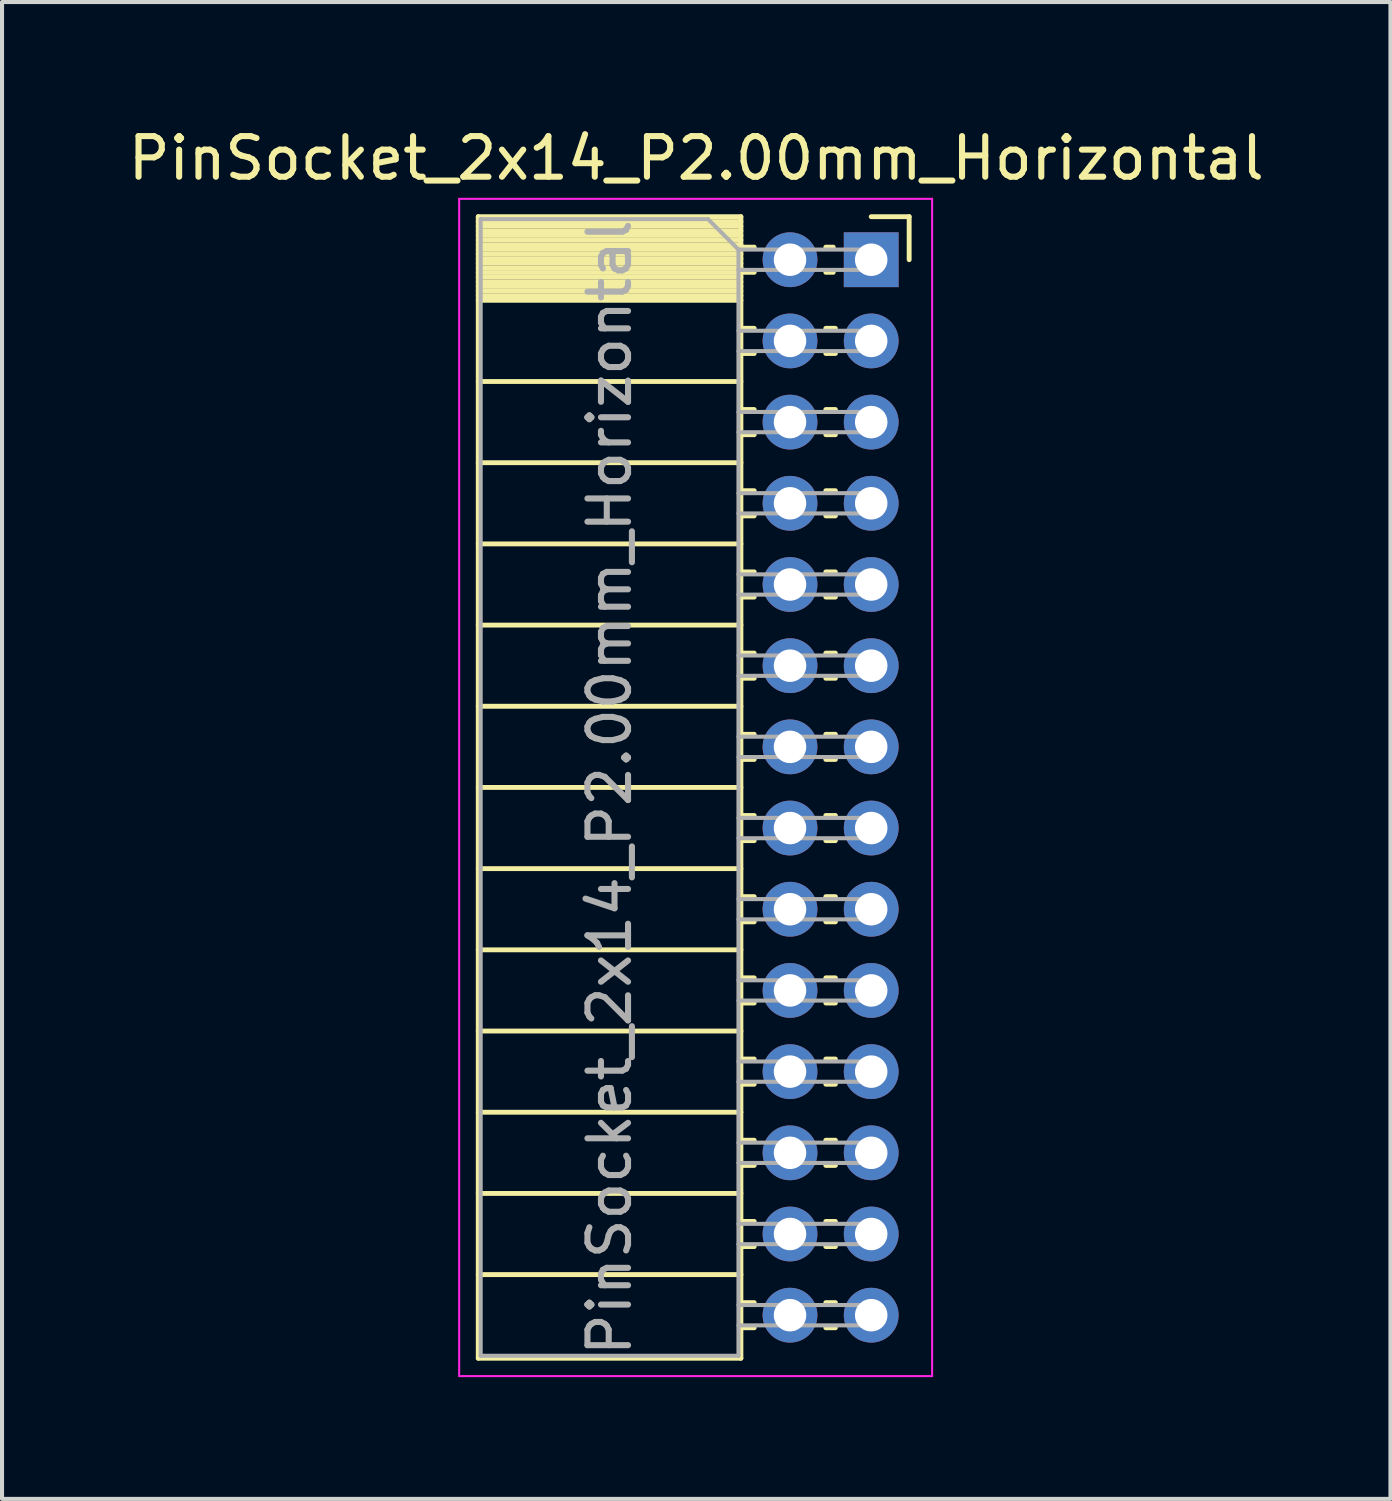
<source format=kicad_pcb>
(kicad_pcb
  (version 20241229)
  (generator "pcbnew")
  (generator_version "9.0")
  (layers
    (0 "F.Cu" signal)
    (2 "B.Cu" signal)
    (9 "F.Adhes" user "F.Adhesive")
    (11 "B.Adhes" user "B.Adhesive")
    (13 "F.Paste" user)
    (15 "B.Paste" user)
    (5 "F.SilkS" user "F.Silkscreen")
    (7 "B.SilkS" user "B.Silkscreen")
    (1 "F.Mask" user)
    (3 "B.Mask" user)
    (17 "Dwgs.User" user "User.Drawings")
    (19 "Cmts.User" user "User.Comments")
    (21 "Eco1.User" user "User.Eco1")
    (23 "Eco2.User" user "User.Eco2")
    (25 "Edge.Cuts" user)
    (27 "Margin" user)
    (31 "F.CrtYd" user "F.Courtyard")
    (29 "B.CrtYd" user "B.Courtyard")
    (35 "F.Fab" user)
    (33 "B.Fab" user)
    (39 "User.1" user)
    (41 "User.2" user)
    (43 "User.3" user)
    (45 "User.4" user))
  (footprint "PinSocket_2x14_P2.00mm_Horizontal"
    (layer "F.Cu")
    (at 18.411 3.348)
    (property "Reference" "PinSocket_2x14_P2.00mm_Horizontal" (at -4.31 -2.5 0) (layer "F.SilkS") (effects (font (size 1 1) (thickness 0.15))))
    (attr through_hole)
    (fp_line (start -9.68 -1.06) (end -9.68 27.06) (stroke (width 0.12) (type solid)) (layer "F.SilkS"))
    (fp_line (start -9.68 -1.06) (end -3.21 -1.06) (stroke (width 0.12) (type solid)) (layer "F.SilkS"))
    (fp_line (start -9.68 -0.94) (end -3.21 -0.94) (stroke (width 0.12) (type solid)) (layer "F.SilkS"))
    (fp_line (start -9.68 -0.826) (end -3.21 -0.826) (stroke (width 0.12) (type solid)) (layer "F.SilkS"))
    (fp_line (start -9.68 -0.712) (end -3.21 -0.712) (stroke (width 0.12) (type solid)) (layer "F.SilkS"))
    (fp_line (start -9.68 -0.598) (end -3.21 -0.598) (stroke (width 0.12) (type solid)) (layer "F.SilkS"))
    (fp_line (start -9.68 -0.484) (end -3.21 -0.484) (stroke (width 0.12) (type solid)) (layer "F.SilkS"))
    (fp_line (start -9.68 -0.369) (end -3.21 -0.369) (stroke (width 0.12) (type solid)) (layer "F.SilkS"))
    (fp_line (start -9.68 -0.255) (end -3.21 -0.255) (stroke (width 0.12) (type solid)) (layer "F.SilkS"))
    (fp_line (start -9.68 -0.141) (end -3.21 -0.141) (stroke (width 0.12) (type solid)) (layer "F.SilkS"))
    (fp_line (start -9.68 -0.027) (end -3.21 -0.027) (stroke (width 0.12) (type solid)) (layer "F.SilkS"))
    (fp_line (start -9.68 0.087) (end -3.21 0.087) (stroke (width 0.12) (type solid)) (layer "F.SilkS"))
    (fp_line (start -9.68 0.201) (end -3.21 0.201) (stroke (width 0.12) (type solid)) (layer "F.SilkS"))
    (fp_line (start -9.68 0.315) (end -3.21 0.315) (stroke (width 0.12) (type solid)) (layer "F.SilkS"))
    (fp_line (start -9.68 0.429) (end -3.21 0.429) (stroke (width 0.12) (type solid)) (layer "F.SilkS"))
    (fp_line (start -9.68 0.544) (end -3.21 0.544) (stroke (width 0.12) (type solid)) (layer "F.SilkS"))
    (fp_line (start -9.68 0.658) (end -3.21 0.658) (stroke (width 0.12) (type solid)) (layer "F.SilkS"))
    (fp_line (start -9.68 0.772) (end -3.21 0.772) (stroke (width 0.12) (type solid)) (layer "F.SilkS"))
    (fp_line (start -9.68 0.886) (end -3.21 0.886) (stroke (width 0.12) (type solid)) (layer "F.SilkS"))
    (fp_line (start -9.68 1) (end -3.21 1) (stroke (width 0.12) (type solid)) (layer "F.SilkS"))
    (fp_line (start -9.68 3) (end -3.21 3) (stroke (width 0.12) (type solid)) (layer "F.SilkS"))
    (fp_line (start -9.68 5) (end -3.21 5) (stroke (width 0.12) (type solid)) (layer "F.SilkS"))
    (fp_line (start -9.68 7) (end -3.21 7) (stroke (width 0.12) (type solid)) (layer "F.SilkS"))
    (fp_line (start -9.68 9) (end -3.21 9) (stroke (width 0.12) (type solid)) (layer "F.SilkS"))
    (fp_line (start -9.68 11) (end -3.21 11) (stroke (width 0.12) (type solid)) (layer "F.SilkS"))
    (fp_line (start -9.68 13) (end -3.21 13) (stroke (width 0.12) (type solid)) (layer "F.SilkS"))
    (fp_line (start -9.68 15) (end -3.21 15) (stroke (width 0.12) (type solid)) (layer "F.SilkS"))
    (fp_line (start -9.68 17) (end -3.21 17) (stroke (width 0.12) (type solid)) (layer "F.SilkS"))
    (fp_line (start -9.68 19) (end -3.21 19) (stroke (width 0.12) (type solid)) (layer "F.SilkS"))
    (fp_line (start -9.68 21) (end -3.21 21) (stroke (width 0.12) (type solid)) (layer "F.SilkS"))
    (fp_line (start -9.68 23) (end -3.21 23) (stroke (width 0.12) (type solid)) (layer "F.SilkS"))
    (fp_line (start -9.68 25) (end -3.21 25) (stroke (width 0.12) (type solid)) (layer "F.SilkS"))
    (fp_line (start -9.68 27.06) (end -3.21 27.06) (stroke (width 0.12) (type solid)) (layer "F.SilkS"))
    (fp_line (start -3.21 -1.06) (end -3.21 27.06) (stroke (width 0.12) (type solid)) (layer "F.SilkS"))
    (fp_line (start -3.21 -0.31) (end -2.882 -0.31) (stroke (width 0.12) (type solid)) (layer "F.SilkS"))
    (fp_line (start -3.21 0.31) (end -2.882 0.31) (stroke (width 0.12) (type solid)) (layer "F.SilkS"))
    (fp_line (start -3.21 1.69) (end -2.882 1.69) (stroke (width 0.12) (type solid)) (layer "F.SilkS"))
    (fp_line (start -3.21 2.31) (end -2.882 2.31) (stroke (width 0.12) (type solid)) (layer "F.SilkS"))
    (fp_line (start -3.21 3.69) (end -2.882 3.69) (stroke (width 0.12) (type solid)) (layer "F.SilkS"))
    (fp_line (start -3.21 4.31) (end -2.882 4.31) (stroke (width 0.12) (type solid)) (layer "F.SilkS"))
    (fp_line (start -3.21 5.69) (end -2.882 5.69) (stroke (width 0.12) (type solid)) (layer "F.SilkS"))
    (fp_line (start -3.21 6.31) (end -2.882 6.31) (stroke (width 0.12) (type solid)) (layer "F.SilkS"))
    (fp_line (start -3.21 7.69) (end -2.882 7.69) (stroke (width 0.12) (type solid)) (layer "F.SilkS"))
    (fp_line (start -3.21 8.31) (end -2.882 8.31) (stroke (width 0.12) (type solid)) (layer "F.SilkS"))
    (fp_line (start -3.21 9.69) (end -2.882 9.69) (stroke (width 0.12) (type solid)) (layer "F.SilkS"))
    (fp_line (start -3.21 10.31) (end -2.882 10.31) (stroke (width 0.12) (type solid)) (layer "F.SilkS"))
    (fp_line (start -3.21 11.69) (end -2.882 11.69) (stroke (width 0.12) (type solid)) (layer "F.SilkS"))
    (fp_line (start -3.21 12.31) (end -2.882 12.31) (stroke (width 0.12) (type solid)) (layer "F.SilkS"))
    (fp_line (start -3.21 13.69) (end -2.882 13.69) (stroke (width 0.12) (type solid)) (layer "F.SilkS"))
    (fp_line (start -3.21 14.31) (end -2.882 14.31) (stroke (width 0.12) (type solid)) (layer "F.SilkS"))
    (fp_line (start -3.21 15.69) (end -2.882 15.69) (stroke (width 0.12) (type solid)) (layer "F.SilkS"))
    (fp_line (start -3.21 16.31) (end -2.882 16.31) (stroke (width 0.12) (type solid)) (layer "F.SilkS"))
    (fp_line (start -3.21 17.69) (end -2.882 17.69) (stroke (width 0.12) (type solid)) (layer "F.SilkS"))
    (fp_line (start -3.21 18.31) (end -2.882 18.31) (stroke (width 0.12) (type solid)) (layer "F.SilkS"))
    (fp_line (start -3.21 19.69) (end -2.882 19.69) (stroke (width 0.12) (type solid)) (layer "F.SilkS"))
    (fp_line (start -3.21 20.31) (end -2.882 20.31) (stroke (width 0.12) (type solid)) (layer "F.SilkS"))
    (fp_line (start -3.21 21.69) (end -2.882 21.69) (stroke (width 0.12) (type solid)) (layer "F.SilkS"))
    (fp_line (start -3.21 22.31) (end -2.882 22.31) (stroke (width 0.12) (type solid)) (layer "F.SilkS"))
    (fp_line (start -3.21 23.69) (end -2.882 23.69) (stroke (width 0.12) (type solid)) (layer "F.SilkS"))
    (fp_line (start -3.21 24.31) (end -2.882 24.31) (stroke (width 0.12) (type solid)) (layer "F.SilkS"))
    (fp_line (start -3.21 25.69) (end -2.882 25.69) (stroke (width 0.12) (type solid)) (layer "F.SilkS"))
    (fp_line (start -3.21 26.31) (end -2.882 26.31) (stroke (width 0.12) (type solid)) (layer "F.SilkS"))
    (fp_line (start -1.118 -0.31) (end -0.935 -0.31) (stroke (width 0.12) (type solid)) (layer "F.SilkS"))
    (fp_line (start -1.118 0.31) (end -0.935 0.31) (stroke (width 0.12) (type solid)) (layer "F.SilkS"))
    (fp_line (start -1.118 1.69) (end -0.882 1.69) (stroke (width 0.12) (type solid)) (layer "F.SilkS"))
    (fp_line (start -1.118 2.31) (end -0.882 2.31) (stroke (width 0.12) (type solid)) (layer "F.SilkS"))
    (fp_line (start -1.118 3.69) (end -0.882 3.69) (stroke (width 0.12) (type solid)) (layer "F.SilkS"))
    (fp_line (start -1.118 4.31) (end -0.882 4.31) (stroke (width 0.12) (type solid)) (layer "F.SilkS"))
    (fp_line (start -1.118 5.69) (end -0.882 5.69) (stroke (width 0.12) (type solid)) (layer "F.SilkS"))
    (fp_line (start -1.118 6.31) (end -0.882 6.31) (stroke (width 0.12) (type solid)) (layer "F.SilkS"))
    (fp_line (start -1.118 7.69) (end -0.882 7.69) (stroke (width 0.12) (type solid)) (layer "F.SilkS"))
    (fp_line (start -1.118 8.31) (end -0.882 8.31) (stroke (width 0.12) (type solid)) (layer "F.SilkS"))
    (fp_line (start -1.118 9.69) (end -0.882 9.69) (stroke (width 0.12) (type solid)) (layer "F.SilkS"))
    (fp_line (start -1.118 10.31) (end -0.882 10.31) (stroke (width 0.12) (type solid)) (layer "F.SilkS"))
    (fp_line (start -1.118 11.69) (end -0.882 11.69) (stroke (width 0.12) (type solid)) (layer "F.SilkS"))
    (fp_line (start -1.118 12.31) (end -0.882 12.31) (stroke (width 0.12) (type solid)) (layer "F.SilkS"))
    (fp_line (start -1.118 13.69) (end -0.882 13.69) (stroke (width 0.12) (type solid)) (layer "F.SilkS"))
    (fp_line (start -1.118 14.31) (end -0.882 14.31) (stroke (width 0.12) (type solid)) (layer "F.SilkS"))
    (fp_line (start -1.118 15.69) (end -0.882 15.69) (stroke (width 0.12) (type solid)) (layer "F.SilkS"))
    (fp_line (start -1.118 16.31) (end -0.882 16.31) (stroke (width 0.12) (type solid)) (layer "F.SilkS"))
    (fp_line (start -1.118 17.69) (end -0.882 17.69) (stroke (width 0.12) (type solid)) (layer "F.SilkS"))
    (fp_line (start -1.118 18.31) (end -0.882 18.31) (stroke (width 0.12) (type solid)) (layer "F.SilkS"))
    (fp_line (start -1.118 19.69) (end -0.882 19.69) (stroke (width 0.12) (type solid)) (layer "F.SilkS"))
    (fp_line (start -1.118 20.31) (end -0.882 20.31) (stroke (width 0.12) (type solid)) (layer "F.SilkS"))
    (fp_line (start -1.118 21.69) (end -0.882 21.69) (stroke (width 0.12) (type solid)) (layer "F.SilkS"))
    (fp_line (start -1.118 22.31) (end -0.882 22.31) (stroke (width 0.12) (type solid)) (layer "F.SilkS"))
    (fp_line (start -1.118 23.69) (end -0.882 23.69) (stroke (width 0.12) (type solid)) (layer "F.SilkS"))
    (fp_line (start -1.118 24.31) (end -0.882 24.31) (stroke (width 0.12) (type solid)) (layer "F.SilkS"))
    (fp_line (start -1.118 25.69) (end -0.882 25.69) (stroke (width 0.12) (type solid)) (layer "F.SilkS"))
    (fp_line (start -1.118 26.31) (end -0.882 26.31) (stroke (width 0.12) (type solid)) (layer "F.SilkS"))
    (fp_line (start 0 -1.06) (end 0.935 -1.06) (stroke (width 0.12) (type solid)) (layer "F.SilkS"))
    (fp_line (start 0.935 -1.06) (end 0.935 0) (stroke (width 0.12) (type solid)) (layer "F.SilkS"))
    (fp_line (start -10.15 -1.5) (end -10.15 27.5) (stroke (width 0.05) (type solid)) (layer "F.CrtYd"))
    (fp_line (start -10.15 27.5) (end 1.5 27.5) (stroke (width 0.05) (type solid)) (layer "F.CrtYd"))
    (fp_line (start 1.5 -1.5) (end -10.15 -1.5) (stroke (width 0.05) (type solid)) (layer "F.CrtYd"))
    (fp_line (start 1.5 27.5) (end 1.5 -1.5) (stroke (width 0.05) (type solid)) (layer "F.CrtYd"))
    (fp_line (start -9.62 -1) (end -4.02 -1) (stroke (width 0.1) (type solid)) (layer "F.Fab"))
    (fp_line (start -9.62 27) (end -9.62 -1) (stroke (width 0.1) (type solid)) (layer "F.Fab"))
    (fp_line (start -4.02 -1) (end -3.27 -0.25) (stroke (width 0.1) (type solid)) (layer "F.Fab"))
    (fp_line (start -3.27 -0.25) (end -3.27 27) (stroke (width 0.1) (type solid)) (layer "F.Fab"))
    (fp_line (start -3.27 0.25) (end 0 0.25) (stroke (width 0.1) (type solid)) (layer "F.Fab"))
    (fp_line (start -3.27 2.25) (end 0 2.25) (stroke (width 0.1) (type solid)) (layer "F.Fab"))
    (fp_line (start -3.27 4.25) (end 0 4.25) (stroke (width 0.1) (type solid)) (layer "F.Fab"))
    (fp_line (start -3.27 6.25) (end 0 6.25) (stroke (width 0.1) (type solid)) (layer "F.Fab"))
    (fp_line (start -3.27 8.25) (end 0 8.25) (stroke (width 0.1) (type solid)) (layer "F.Fab"))
    (fp_line (start -3.27 10.25) (end 0 10.25) (stroke (width 0.1) (type solid)) (layer "F.Fab"))
    (fp_line (start -3.27 12.25) (end 0 12.25) (stroke (width 0.1) (type solid)) (layer "F.Fab"))
    (fp_line (start -3.27 14.25) (end 0 14.25) (stroke (width 0.1) (type solid)) (layer "F.Fab"))
    (fp_line (start -3.27 16.25) (end 0 16.25) (stroke (width 0.1) (type solid)) (layer "F.Fab"))
    (fp_line (start -3.27 18.25) (end 0 18.25) (stroke (width 0.1) (type solid)) (layer "F.Fab"))
    (fp_line (start -3.27 20.25) (end 0 20.25) (stroke (width 0.1) (type solid)) (layer "F.Fab"))
    (fp_line (start -3.27 22.25) (end 0 22.25) (stroke (width 0.1) (type solid)) (layer "F.Fab"))
    (fp_line (start -3.27 24.25) (end 0 24.25) (stroke (width 0.1) (type solid)) (layer "F.Fab"))
    (fp_line (start -3.27 26.25) (end 0 26.25) (stroke (width 0.1) (type solid)) (layer "F.Fab"))
    (fp_line (start -3.27 27) (end -9.62 27) (stroke (width 0.1) (type solid)) (layer "F.Fab"))
    (fp_line (start 0 -0.25) (end -3.27 -0.25) (stroke (width 0.1) (type solid)) (layer "F.Fab"))
    (fp_line (start 0 0.25) (end 0 -0.25) (stroke (width 0.1) (type solid)) (layer "F.Fab"))
    (fp_line (start 0 1.75) (end -3.27 1.75) (stroke (width 0.1) (type solid)) (layer "F.Fab"))
    (fp_line (start 0 2.25) (end 0 1.75) (stroke (width 0.1) (type solid)) (layer "F.Fab"))
    (fp_line (start 0 3.75) (end -3.27 3.75) (stroke (width 0.1) (type solid)) (layer "F.Fab"))
    (fp_line (start 0 4.25) (end 0 3.75) (stroke (width 0.1) (type solid)) (layer "F.Fab"))
    (fp_line (start 0 5.75) (end -3.27 5.75) (stroke (width 0.1) (type solid)) (layer "F.Fab"))
    (fp_line (start 0 6.25) (end 0 5.75) (stroke (width 0.1) (type solid)) (layer "F.Fab"))
    (fp_line (start 0 7.75) (end -3.27 7.75) (stroke (width 0.1) (type solid)) (layer "F.Fab"))
    (fp_line (start 0 8.25) (end 0 7.75) (stroke (width 0.1) (type solid)) (layer "F.Fab"))
    (fp_line (start 0 9.75) (end -3.27 9.75) (stroke (width 0.1) (type solid)) (layer "F.Fab"))
    (fp_line (start 0 10.25) (end 0 9.75) (stroke (width 0.1) (type solid)) (layer "F.Fab"))
    (fp_line (start 0 11.75) (end -3.27 11.75) (stroke (width 0.1) (type solid)) (layer "F.Fab"))
    (fp_line (start 0 12.25) (end 0 11.75) (stroke (width 0.1) (type solid)) (layer "F.Fab"))
    (fp_line (start 0 13.75) (end -3.27 13.75) (stroke (width 0.1) (type solid)) (layer "F.Fab"))
    (fp_line (start 0 14.25) (end 0 13.75) (stroke (width 0.1) (type solid)) (layer "F.Fab"))
    (fp_line (start 0 15.75) (end -3.27 15.75) (stroke (width 0.1) (type solid)) (layer "F.Fab"))
    (fp_line (start 0 16.25) (end 0 15.75) (stroke (width 0.1) (type solid)) (layer "F.Fab"))
    (fp_line (start 0 17.75) (end -3.27 17.75) (stroke (width 0.1) (type solid)) (layer "F.Fab"))
    (fp_line (start 0 18.25) (end 0 17.75) (stroke (width 0.1) (type solid)) (layer "F.Fab"))
    (fp_line (start 0 19.75) (end -3.27 19.75) (stroke (width 0.1) (type solid)) (layer "F.Fab"))
    (fp_line (start 0 20.25) (end 0 19.75) (stroke (width 0.1) (type solid)) (layer "F.Fab"))
    (fp_line (start 0 21.75) (end -3.27 21.75) (stroke (width 0.1) (type solid)) (layer "F.Fab"))
    (fp_line (start 0 22.25) (end 0 21.75) (stroke (width 0.1) (type solid)) (layer "F.Fab"))
    (fp_line (start 0 23.75) (end -3.27 23.75) (stroke (width 0.1) (type solid)) (layer "F.Fab"))
    (fp_line (start 0 24.25) (end 0 23.75) (stroke (width 0.1) (type solid)) (layer "F.Fab"))
    (fp_line (start 0 25.75) (end -3.27 25.75) (stroke (width 0.1) (type solid)) (layer "F.Fab"))
    (fp_line (start 0 26.25) (end 0 25.75) (stroke (width 0.1) (type solid)) (layer "F.Fab"))
    (fp_text user "${REFERENCE}" (at -6.445 13 90) (layer "F.Fab") (effects (font (size 1 1) (thickness 0.15))))
    (pad "1" thru_hole rect (at 0 0) (size 1.35 1.35) (drill 0.8) (layers "*.Cu" "*.Mask"))
    (pad "2" thru_hole oval (at -2 0) (size 1.35 1.35) (drill 0.8) (layers "*.Cu" "*.Mask"))
    (pad "3" thru_hole oval (at 0 2) (size 1.35 1.35) (drill 0.8) (layers "*.Cu" "*.Mask"))
    (pad "4" thru_hole oval (at -2 2) (size 1.35 1.35) (drill 0.8) (layers "*.Cu" "*.Mask"))
    (pad "5" thru_hole oval (at 0 4) (size 1.35 1.35) (drill 0.8) (layers "*.Cu" "*.Mask"))
    (pad "6" thru_hole oval (at -2 4) (size 1.35 1.35) (drill 0.8) (layers "*.Cu" "*.Mask"))
    (pad "7" thru_hole oval (at 0 6) (size 1.35 1.35) (drill 0.8) (layers "*.Cu" "*.Mask"))
    (pad "8" thru_hole oval (at -2 6) (size 1.35 1.35) (drill 0.8) (layers "*.Cu" "*.Mask"))
    (pad "9" thru_hole oval (at 0 8) (size 1.35 1.35) (drill 0.8) (layers "*.Cu" "*.Mask"))
    (pad "10" thru_hole oval (at -2 8) (size 1.35 1.35) (drill 0.8) (layers "*.Cu" "*.Mask"))
    (pad "11" thru_hole oval (at 0 10) (size 1.35 1.35) (drill 0.8) (layers "*.Cu" "*.Mask"))
    (pad "12" thru_hole oval (at -2 10) (size 1.35 1.35) (drill 0.8) (layers "*.Cu" "*.Mask"))
    (pad "13" thru_hole oval (at 0 12) (size 1.35 1.35) (drill 0.8) (layers "*.Cu" "*.Mask"))
    (pad "14" thru_hole oval (at -2 12) (size 1.35 1.35) (drill 0.8) (layers "*.Cu" "*.Mask"))
    (pad "15" thru_hole oval (at 0 14) (size 1.35 1.35) (drill 0.8) (layers "*.Cu" "*.Mask"))
    (pad "16" thru_hole oval (at -2 14) (size 1.35 1.35) (drill 0.8) (layers "*.Cu" "*.Mask"))
    (pad "17" thru_hole oval (at 0 16) (size 1.35 1.35) (drill 0.8) (layers "*.Cu" "*.Mask"))
    (pad "18" thru_hole oval (at -2 16) (size 1.35 1.35) (drill 0.8) (layers "*.Cu" "*.Mask"))
    (pad "19" thru_hole oval (at 0 18) (size 1.35 1.35) (drill 0.8) (layers "*.Cu" "*.Mask"))
    (pad "20" thru_hole oval (at -2 18) (size 1.35 1.35) (drill 0.8) (layers "*.Cu" "*.Mask"))
    (pad "21" thru_hole oval (at 0 20) (size 1.35 1.35) (drill 0.8) (layers "*.Cu" "*.Mask"))
    (pad "22" thru_hole oval (at -2 20) (size 1.35 1.35) (drill 0.8) (layers "*.Cu" "*.Mask"))
    (pad "23" thru_hole oval (at 0 22) (size 1.35 1.35) (drill 0.8) (layers "*.Cu" "*.Mask"))
    (pad "24" thru_hole oval (at -2 22) (size 1.35 1.35) (drill 0.8) (layers "*.Cu" "*.Mask"))
    (pad "25" thru_hole oval (at 0 24) (size 1.35 1.35) (drill 0.8) (layers "*.Cu" "*.Mask"))
    (pad "26" thru_hole oval (at -2 24) (size 1.35 1.35) (drill 0.8) (layers "*.Cu" "*.Mask"))
    (pad "27" thru_hole oval (at 0 26) (size 1.35 1.35) (drill 0.8) (layers "*.Cu" "*.Mask"))
    (pad "28" thru_hole oval (at -2 26) (size 1.35 1.35) (drill 0.8) (layers "*.Cu" "*.Mask")))
  (gr_rect
    (start -3 -3)
    (end 31.202 33.873)
    (stroke (width 0.1) (type default))
    (fill no)
    (layer "Edge.Cuts")))
</source>
